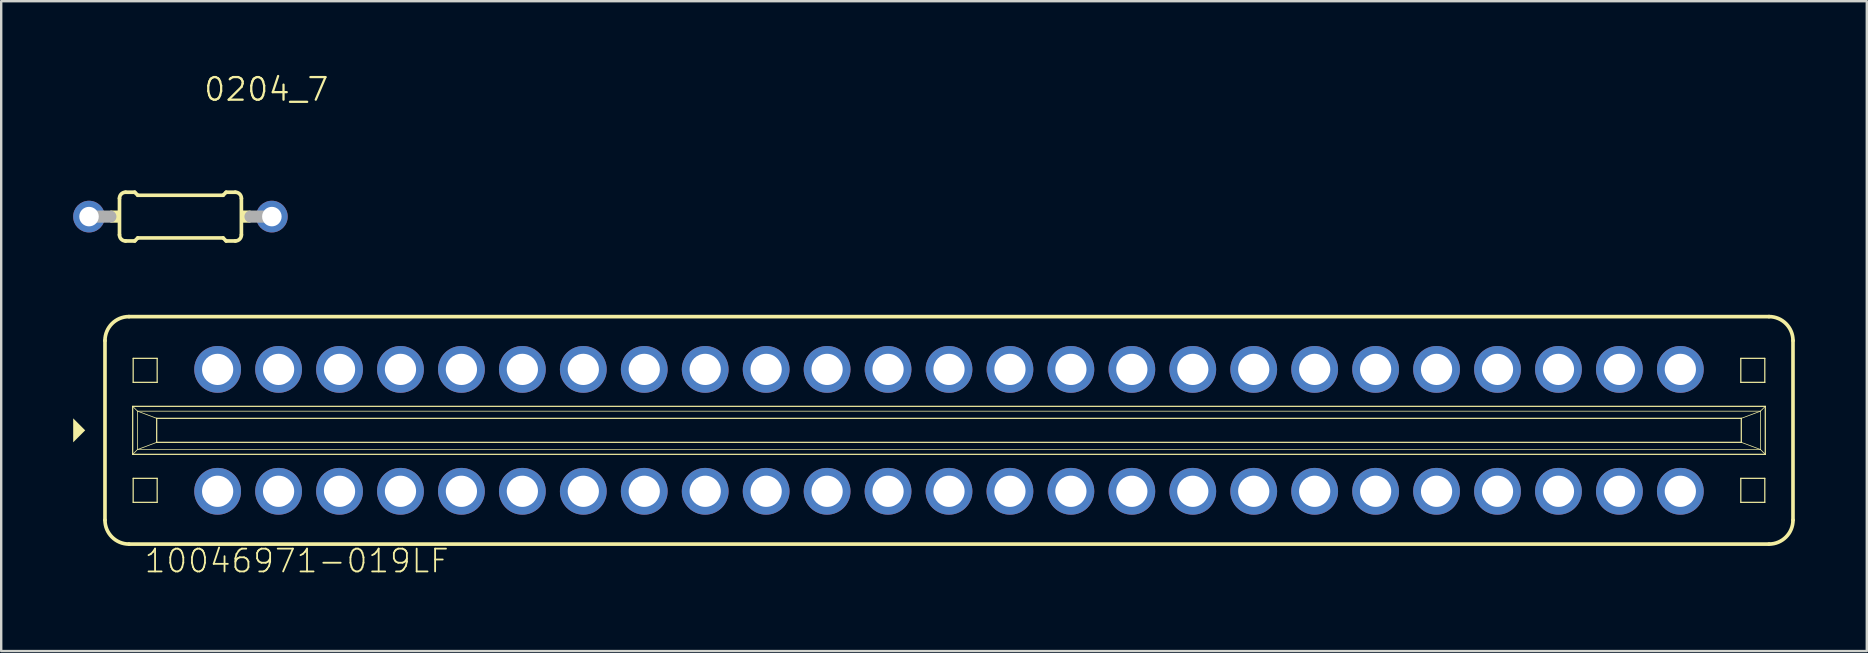
<source format=kicad_pcb>
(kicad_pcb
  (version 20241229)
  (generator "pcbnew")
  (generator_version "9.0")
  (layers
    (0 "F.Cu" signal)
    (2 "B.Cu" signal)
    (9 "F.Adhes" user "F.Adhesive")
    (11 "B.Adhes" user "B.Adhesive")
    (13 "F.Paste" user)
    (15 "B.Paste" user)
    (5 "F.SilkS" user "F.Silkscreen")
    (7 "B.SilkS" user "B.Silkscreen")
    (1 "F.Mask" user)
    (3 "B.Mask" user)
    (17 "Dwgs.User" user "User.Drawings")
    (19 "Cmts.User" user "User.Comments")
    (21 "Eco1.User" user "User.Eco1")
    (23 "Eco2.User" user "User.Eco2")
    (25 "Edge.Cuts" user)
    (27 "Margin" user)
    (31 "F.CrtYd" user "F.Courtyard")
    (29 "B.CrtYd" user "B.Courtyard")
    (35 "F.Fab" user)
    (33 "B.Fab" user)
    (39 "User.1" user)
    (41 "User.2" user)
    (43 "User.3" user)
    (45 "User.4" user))
  (footprint "10046971-019LF"
    (layer "F.Cu")
    (at 36.5 14.885)
    (property "Reference" "10046971-019LF" (at -33.59 6 180) (layer "F.SilkS") (effects (font (size 0.95 0.95) (thickness 0.076)) (justify left bottom)))
    (attr through_hole)
    (fp_line (start -35.175 -3.74) (end -35.175 3.74) (stroke (width 0.152) (type solid)) (layer "F.SilkS"))
    (fp_line (start -34.175 4.74) (end 34.175 4.74) (stroke (width 0.152) (type solid)) (layer "F.SilkS"))
    (fp_line (start -34.02 -1) (end -34.02 1) (stroke (width 0.05) (type solid)) (layer "F.SilkS"))
    (fp_line (start -34.02 1) (end 34.02 1) (stroke (width 0.05) (type solid)) (layer "F.SilkS"))
    (fp_line (start -34 -3) (end -34 -2) (stroke (width 0.05) (type solid)) (layer "F.SilkS"))
    (fp_line (start -34 -2) (end -33 -2) (stroke (width 0.05) (type solid)) (layer "F.SilkS"))
    (fp_line (start -34 2) (end -34 3) (stroke (width 0.05) (type solid)) (layer "F.SilkS"))
    (fp_line (start -34 3) (end -33 3) (stroke (width 0.05) (type solid)) (layer "F.SilkS"))
    (fp_line (start -33.82 -0.8) (end -34.02 -1) (stroke (width 0.03) (type solid)) (layer "F.SilkS"))
    (fp_line (start -33.82 -0.8) (end -33.82 0.8) (stroke (width 0.03) (type solid)) (layer "F.SilkS"))
    (fp_line (start -33.82 0.8) (end -34.02 1) (stroke (width 0.03) (type solid)) (layer "F.SilkS"))
    (fp_line (start -33.82 0.8) (end 33.82 0.8) (stroke (width 0.03) (type solid)) (layer "F.SilkS"))
    (fp_line (start -33.02 -0.5) (end -33.82 -0.8) (stroke (width 0.03) (type solid)) (layer "F.SilkS"))
    (fp_line (start -33.02 -0.5) (end 33.02 -0.5) (stroke (width 0.05) (type solid)) (layer "F.SilkS"))
    (fp_line (start -33.02 0.5) (end -33.82 0.8) (stroke (width 0.03) (type solid)) (layer "F.SilkS"))
    (fp_line (start -33.02 0.5) (end -33.02 -0.5) (stroke (width 0.05) (type solid)) (layer "F.SilkS"))
    (fp_line (start -33 -3) (end -34 -3) (stroke (width 0.05) (type solid)) (layer "F.SilkS"))
    (fp_line (start -33 -2) (end -33 -3) (stroke (width 0.05) (type solid)) (layer "F.SilkS"))
    (fp_line (start -33 2) (end -34 2) (stroke (width 0.05) (type solid)) (layer "F.SilkS"))
    (fp_line (start -33 3) (end -33 2) (stroke (width 0.05) (type solid)) (layer "F.SilkS"))
    (fp_line (start 33 -3) (end 33 -2) (stroke (width 0.05) (type solid)) (layer "F.SilkS"))
    (fp_line (start 33 -2) (end 34 -2) (stroke (width 0.05) (type solid)) (layer "F.SilkS"))
    (fp_line (start 33 2) (end 33 3) (stroke (width 0.05) (type solid)) (layer "F.SilkS"))
    (fp_line (start 33 3) (end 34 3) (stroke (width 0.05) (type solid)) (layer "F.SilkS"))
    (fp_line (start 33.02 -0.5) (end 33.02 0.5) (stroke (width 0.05) (type solid)) (layer "F.SilkS"))
    (fp_line (start 33.02 -0.5) (end 33.82 -0.8) (stroke (width 0.03) (type solid)) (layer "F.SilkS"))
    (fp_line (start 33.02 0.5) (end -33.02 0.5) (stroke (width 0.05) (type solid)) (layer "F.SilkS"))
    (fp_line (start 33.02 0.5) (end 33.82 0.8) (stroke (width 0.03) (type solid)) (layer "F.SilkS"))
    (fp_line (start 33.82 -0.8) (end -33.82 -0.8) (stroke (width 0.03) (type solid)) (layer "F.SilkS"))
    (fp_line (start 33.82 -0.8) (end 34.02 -1) (stroke (width 0.03) (type solid)) (layer "F.SilkS"))
    (fp_line (start 33.82 0.8) (end 33.82 -0.8) (stroke (width 0.03) (type solid)) (layer "F.SilkS"))
    (fp_line (start 33.82 0.8) (end 34.02 1) (stroke (width 0.03) (type solid)) (layer "F.SilkS"))
    (fp_line (start 34 -3) (end 33 -3) (stroke (width 0.05) (type solid)) (layer "F.SilkS"))
    (fp_line (start 34 -2) (end 34 -3) (stroke (width 0.05) (type solid)) (layer "F.SilkS"))
    (fp_line (start 34 2) (end 33 2) (stroke (width 0.05) (type solid)) (layer "F.SilkS"))
    (fp_line (start 34 3) (end 34 2) (stroke (width 0.05) (type solid)) (layer "F.SilkS"))
    (fp_line (start 34.02 -1) (end -34.02 -1) (stroke (width 0.05) (type solid)) (layer "F.SilkS"))
    (fp_line (start 34.02 1) (end 34.02 -1) (stroke (width 0.05) (type solid)) (layer "F.SilkS"))
    (fp_line (start 34.175 -4.74) (end -34.175 -4.74) (stroke (width 0.152) (type solid)) (layer "F.SilkS"))
    (fp_line (start 35.175 3.74) (end 35.175 -3.74) (stroke (width 0.152) (type solid)) (layer "F.SilkS"))
    (fp_arc (start -35.175 -3.74) (mid -34.882107 -4.447107) (end -34.175 -4.74) (stroke (width 0.1524) (type solid)) (layer "F.SilkS"))
    (fp_arc (start -34.175 4.74) (mid -34.882107 4.447107) (end -35.175 3.74) (stroke (width 0.1524) (type solid)) (layer "F.SilkS"))
    (fp_arc (start 34.175 -4.74) (mid 34.882107 -4.447107) (end 35.175 -3.74) (stroke (width 0.1524) (type solid)) (layer "F.SilkS"))
    (fp_arc (start 35.175 3.74) (mid 34.882107 4.447107) (end 34.175 4.74) (stroke (width 0.1524) (type solid)) (layer "F.SilkS"))
    (fp_poly (pts (xy -36.5 -0.5) (xy -36.5 0.5) (xy -36 0)) (stroke (width 0) (type solid)) (fill yes) (layer "F.SilkS"))
    (pad "P$1" thru_hole circle (at -30.48 2.54) (size 1.95 1.95) (drill 1.3) (layers "*.Cu" "*.Mask"))
    (pad "P$2" thru_hole circle (at -27.94 2.54) (size 1.95 1.95) (drill 1.3) (layers "*.Cu" "*.Mask"))
    (pad "P$3" thru_hole circle (at -25.4 2.54) (size 1.95 1.95) (drill 1.3) (layers "*.Cu" "*.Mask"))
    (pad "P$4" thru_hole circle (at -22.86 2.54) (size 1.95 1.95) (drill 1.3) (layers "*.Cu" "*.Mask"))
    (pad "P$5" thru_hole circle (at -20.32 2.54) (size 1.95 1.95) (drill 1.3) (layers "*.Cu" "*.Mask"))
    (pad "P$6" thru_hole circle (at -17.78 2.54) (size 1.95 1.95) (drill 1.3) (layers "*.Cu" "*.Mask"))
    (pad "P$7" thru_hole circle (at -15.24 2.54) (size 1.95 1.95) (drill 1.3) (layers "*.Cu" "*.Mask"))
    (pad "P$8" thru_hole circle (at -12.7 2.54) (size 1.95 1.95) (drill 1.3) (layers "*.Cu" "*.Mask"))
    (pad "P$9" thru_hole circle (at -10.16 2.54) (size 1.95 1.95) (drill 1.3) (layers "*.Cu" "*.Mask"))
    (pad "P$10" thru_hole circle (at -7.62 2.54) (size 1.95 1.95) (drill 1.3) (layers "*.Cu" "*.Mask"))
    (pad "P$11" thru_hole circle (at -5.08 2.54) (size 1.95 1.95) (drill 1.3) (layers "*.Cu" "*.Mask"))
    (pad "P$12" thru_hole circle (at -2.54 2.54) (size 1.95 1.95) (drill 1.3) (layers "*.Cu" "*.Mask"))
    (pad "P$13" thru_hole circle (at 0 2.54) (size 1.95 1.95) (drill 1.3) (layers "*.Cu" "*.Mask"))
    (pad "P$14" thru_hole circle (at 2.54 2.54) (size 1.95 1.95) (drill 1.3) (layers "*.Cu" "*.Mask"))
    (pad "P$15" thru_hole circle (at 5.08 2.54) (size 1.95 1.95) (drill 1.3) (layers "*.Cu" "*.Mask"))
    (pad "P$16" thru_hole circle (at 7.62 2.54) (size 1.95 1.95) (drill 1.3) (layers "*.Cu" "*.Mask"))
    (pad "P$17" thru_hole circle (at 10.16 2.54) (size 1.95 1.95) (drill 1.3) (layers "*.Cu" "*.Mask"))
    (pad "P$18" thru_hole circle (at 12.7 2.54) (size 1.95 1.95) (drill 1.3) (layers "*.Cu" "*.Mask"))
    (pad "P$19" thru_hole circle (at 15.24 2.54) (size 1.95 1.95) (drill 1.3) (layers "*.Cu" "*.Mask"))
    (pad "P$20" thru_hole circle (at 17.78 2.54) (size 1.95 1.95) (drill 1.3) (layers "*.Cu" "*.Mask"))
    (pad "P$21" thru_hole circle (at 20.32 2.54) (size 1.95 1.95) (drill 1.3) (layers "*.Cu" "*.Mask"))
    (pad "P$22" thru_hole circle (at 22.86 2.54) (size 1.95 1.95) (drill 1.3) (layers "*.Cu" "*.Mask"))
    (pad "P$23" thru_hole circle (at 25.4 2.54) (size 1.95 1.95) (drill 1.3) (layers "*.Cu" "*.Mask"))
    (pad "P$24" thru_hole circle (at 27.94 2.54) (size 1.95 1.95) (drill 1.3) (layers "*.Cu" "*.Mask"))
    (pad "P$25" thru_hole circle (at 30.48 2.54) (size 1.95 1.95) (drill 1.3) (layers "*.Cu" "*.Mask"))
    (pad "P$26" thru_hole circle (at 30.48 -2.54) (size 1.95 1.95) (drill 1.3) (layers "*.Cu" "*.Mask"))
    (pad "P$27" thru_hole circle (at 27.94 -2.54) (size 1.95 1.95) (drill 1.3) (layers "*.Cu" "*.Mask"))
    (pad "P$28" thru_hole circle (at 25.4 -2.54) (size 1.95 1.95) (drill 1.3) (layers "*.Cu" "*.Mask"))
    (pad "P$29" thru_hole circle (at 22.86 -2.54) (size 1.95 1.95) (drill 1.3) (layers "*.Cu" "*.Mask"))
    (pad "P$30" thru_hole circle (at 20.32 -2.54) (size 1.95 1.95) (drill 1.3) (layers "*.Cu" "*.Mask"))
    (pad "P$31" thru_hole circle (at 17.78 -2.54) (size 1.95 1.95) (drill 1.3) (layers "*.Cu" "*.Mask"))
    (pad "P$32" thru_hole circle (at 15.24 -2.54) (size 1.95 1.95) (drill 1.3) (layers "*.Cu" "*.Mask"))
    (pad "P$33" thru_hole circle (at 12.7 -2.54) (size 1.95 1.95) (drill 1.3) (layers "*.Cu" "*.Mask"))
    (pad "P$34" thru_hole circle (at 10.16 -2.54) (size 1.95 1.95) (drill 1.3) (layers "*.Cu" "*.Mask"))
    (pad "P$35" thru_hole circle (at 7.62 -2.54) (size 1.95 1.95) (drill 1.3) (layers "*.Cu" "*.Mask"))
    (pad "P$36" thru_hole circle (at 5.08 -2.54) (size 1.95 1.95) (drill 1.3) (layers "*.Cu" "*.Mask"))
    (pad "P$37" thru_hole circle (at 2.54 -2.54) (size 1.95 1.95) (drill 1.3) (layers "*.Cu" "*.Mask"))
    (pad "P$38" thru_hole circle (at 0 -2.54) (size 1.95 1.95) (drill 1.3) (layers "*.Cu" "*.Mask"))
    (pad "P$39" thru_hole circle (at -2.54 -2.54) (size 1.95 1.95) (drill 1.3) (layers "*.Cu" "*.Mask"))
    (pad "P$40" thru_hole circle (at -5.08 -2.54) (size 1.95 1.95) (drill 1.3) (layers "*.Cu" "*.Mask"))
    (pad "P$41" thru_hole circle (at -7.62 -2.54) (size 1.95 1.95) (drill 1.3) (layers "*.Cu" "*.Mask"))
    (pad "P$42" thru_hole circle (at -10.16 -2.54) (size 1.95 1.95) (drill 1.3) (layers "*.Cu" "*.Mask"))
    (pad "P$43" thru_hole circle (at -12.7 -2.54) (size 1.95 1.95) (drill 1.3) (layers "*.Cu" "*.Mask"))
    (pad "P$44" thru_hole circle (at -15.24 -2.54) (size 1.95 1.95) (drill 1.3) (layers "*.Cu" "*.Mask"))
    (pad "P$45" thru_hole circle (at -17.78 -2.54) (size 1.95 1.95) (drill 1.3) (layers "*.Cu" "*.Mask"))
    (pad "P$46" thru_hole circle (at -20.32 -2.54) (size 1.95 1.95) (drill 1.3) (layers "*.Cu" "*.Mask"))
    (pad "P$47" thru_hole circle (at -22.86 -2.54) (size 1.95 1.95) (drill 1.3) (layers "*.Cu" "*.Mask"))
    (pad "P$48" thru_hole circle (at -25.4 -2.54) (size 1.95 1.95) (drill 1.3) (layers "*.Cu" "*.Mask"))
    (pad "P$49" thru_hole circle (at -27.94 -2.54) (size 1.95 1.95) (drill 1.3) (layers "*.Cu" "*.Mask"))
    (pad "P$50" thru_hole circle (at -30.48 -2.54) (size 1.95 1.95) (drill 1.3) (layers "*.Cu" "*.Mask")))
  (footprint "0204_7"
    (layer "F.Cu")
    (at 4.47 5.977)
    (property "Reference" "0204_7" (at 0.918 -4.753 180) (layer "F.SilkS") (effects (font (size 0.941 0.941) (thickness 0.094)) (justify left bottom)))
    (attr through_hole)
    (fp_line (start -2.54 0.762) (end -2.54 -0.762) (stroke (width 0.152) (type solid)) (layer "F.SilkS"))
    (fp_line (start -2.286 -1.016) (end -1.905 -1.016) (stroke (width 0.152) (type solid)) (layer "F.SilkS"))
    (fp_line (start -2.286 1.016) (end -1.905 1.016) (stroke (width 0.152) (type solid)) (layer "F.SilkS"))
    (fp_line (start -1.778 -0.889) (end -1.905 -1.016) (stroke (width 0.152) (type solid)) (layer "F.SilkS"))
    (fp_line (start -1.778 0.889) (end -1.905 1.016) (stroke (width 0.152) (type solid)) (layer "F.SilkS"))
    (fp_line (start 1.778 -0.889) (end -1.778 -0.889) (stroke (width 0.152) (type solid)) (layer "F.SilkS"))
    (fp_line (start 1.778 -0.889) (end 1.905 -1.016) (stroke (width 0.152) (type solid)) (layer "F.SilkS"))
    (fp_line (start 1.778 0.889) (end -1.778 0.889) (stroke (width 0.152) (type solid)) (layer "F.SilkS"))
    (fp_line (start 1.778 0.889) (end 1.905 1.016) (stroke (width 0.152) (type solid)) (layer "F.SilkS"))
    (fp_line (start 2.286 -1.016) (end 1.905 -1.016) (stroke (width 0.152) (type solid)) (layer "F.SilkS"))
    (fp_line (start 2.286 1.016) (end 1.905 1.016) (stroke (width 0.152) (type solid)) (layer "F.SilkS"))
    (fp_line (start 2.54 0.762) (end 2.54 -0.762) (stroke (width 0.152) (type solid)) (layer "F.SilkS"))
    (fp_arc (start -2.54 -0.762) (mid -2.465605 -0.941605) (end -2.286 -1.016) (stroke (width 0.1524) (type solid)) (layer "F.SilkS"))
    (fp_arc (start -2.286 1.016) (mid -2.465605 0.941605) (end -2.54 0.762) (stroke (width 0.1524) (type solid)) (layer "F.SilkS"))
    (fp_arc (start 2.286 -1.016) (mid 2.465605 -0.941605) (end 2.54 -0.762) (stroke (width 0.1524) (type solid)) (layer "F.SilkS"))
    (fp_arc (start 2.54 0.762) (mid 2.465605 0.941605) (end 2.286 1.016) (stroke (width 0.1524) (type solid)) (layer "F.SilkS"))
    (fp_poly (pts (xy -2.921 0.254) (xy -2.54 0.254) (xy -2.54 -0.254) (xy -2.921 -0.254)) (stroke (width 0) (type solid)) (fill yes) (layer "F.SilkS"))
    (fp_poly (pts (xy 2.54 0.254) (xy 2.921 0.254) (xy 2.921 -0.254) (xy 2.54 -0.254)) (stroke (width 0) (type solid)) (fill yes) (layer "F.SilkS"))
    (fp_line (start -3.81 0) (end -2.921 0) (stroke (width 0.508) (type solid)) (layer "F.Fab"))
    (fp_line (start 3.81 0) (end 2.921 0) (stroke (width 0.508) (type solid)) (layer "F.Fab"))
    (pad "1" thru_hole circle (at -3.81 0) (size 1.321 1.321) (drill 0.813) (layers "*.Cu" "*.Mask"))
    (pad "2" thru_hole circle (at 3.81 0) (size 1.321 1.321) (drill 0.813) (layers "*.Cu" "*.Mask")))
  (gr_rect
    (start -3 -3)
    (end 74.751 24.085)
    (stroke (width 0.1) (type default))
    (fill no)
    (layer "Edge.Cuts")))
</source>
